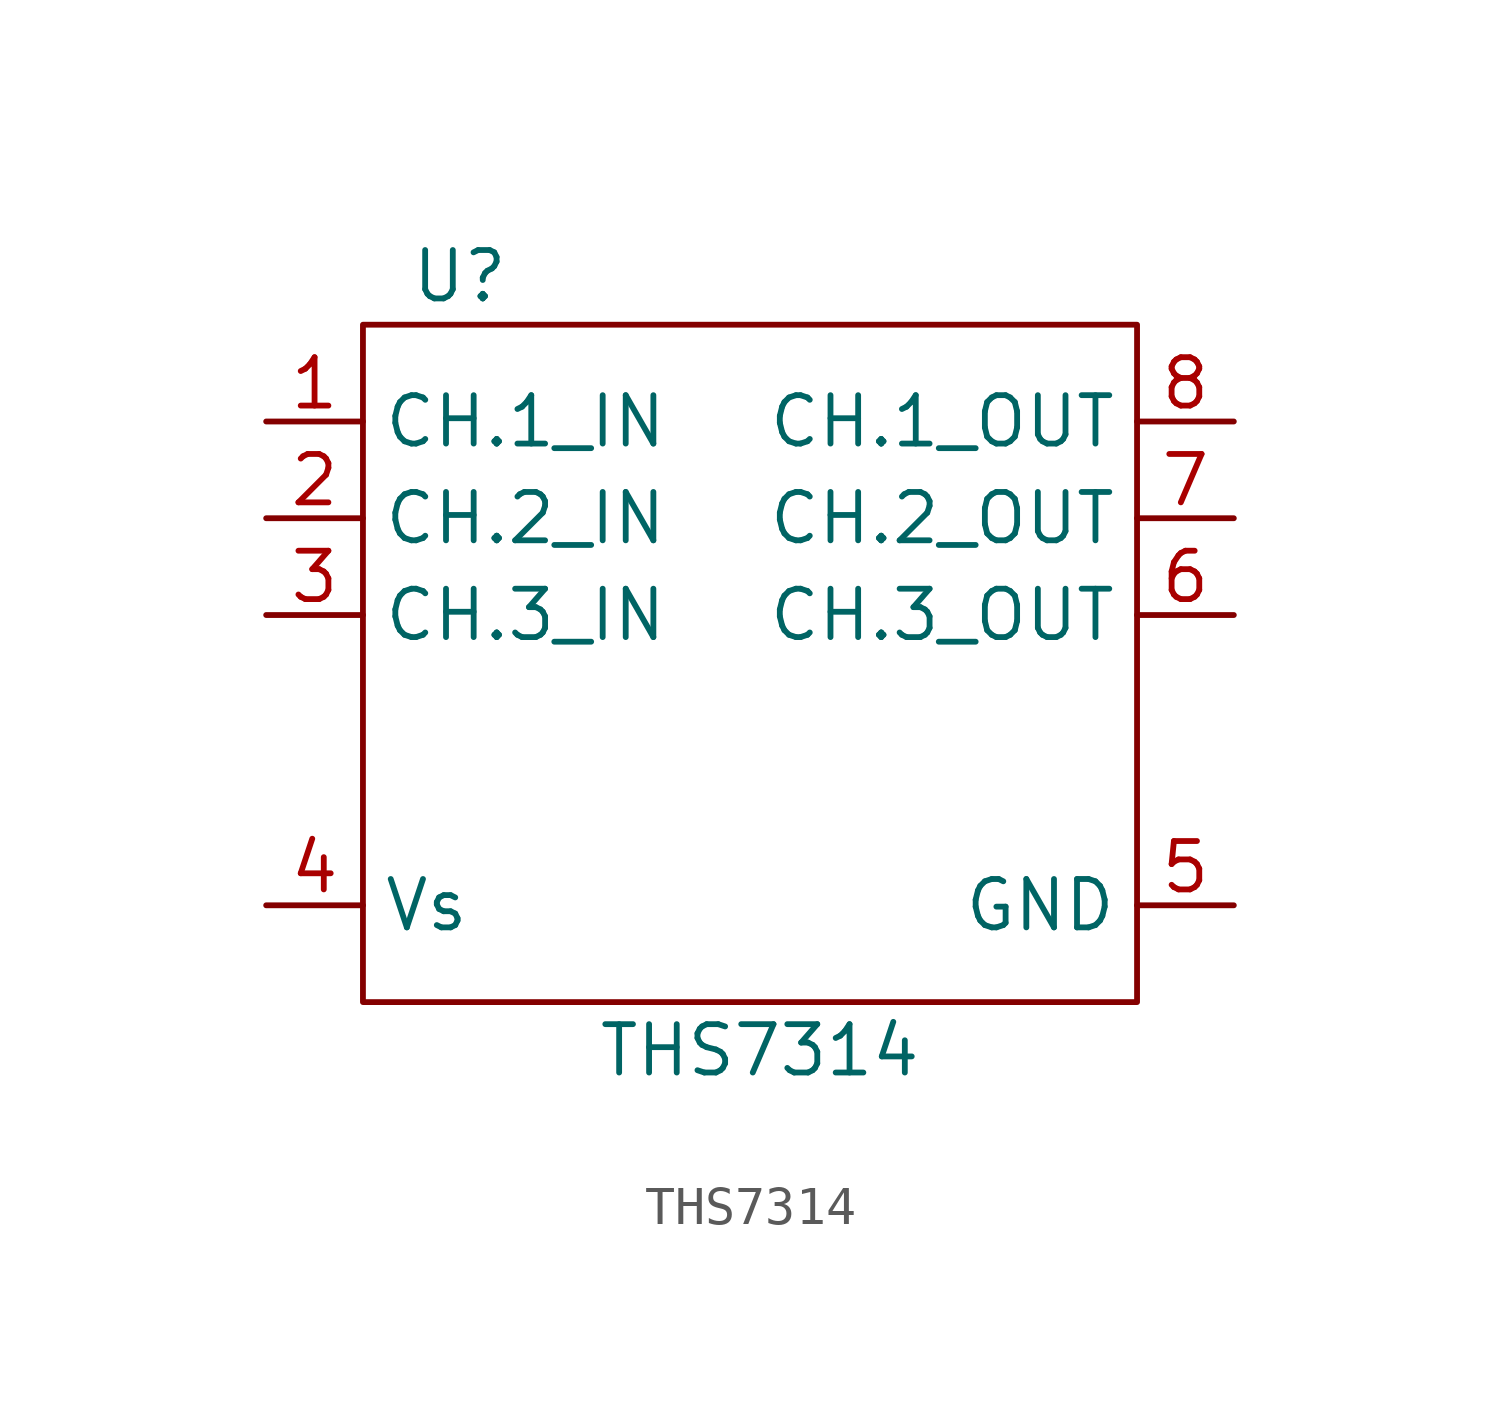
<source format=kicad_sym>
(kicad_symbol_lib
  (version 20241209)
  (generator "kicad_symbol_editor")
  (generator_version "9.0")
  (symbol "THS7314"
    (property "Reference" "U"
      (at -7.62 10.16 0)
      (effects (font (size 1.27 1.27))))
    (property "Value" "THS7314"
      (at 0.254 -10.16 0)
      (effects (font (size 1.27 1.27))))
    (symbol "THS7314_0_1"
      (rectangle (start -10.16 8.89) (end 10.16 -8.89) (stroke (width 0) (type default)) (fill (type none))))
    (symbol "THS7314_1_1"
      (pin input line (at -12.7 6.35 0) (length 2.54) (name "CH.1_IN" (effects (font (size 1.27 1.27)))) (number "1" (effects (font (size 1.27 1.27)))))
      (pin input line (at -12.7 3.81 0) (length 2.54) (name "CH.2_IN" (effects (font (size 1.27 1.27)))) (number "2" (effects (font (size 1.27 1.27)))))
      (pin input line (at -12.7 1.27 0) (length 2.54) (name "CH.3_IN" (effects (font (size 1.27 1.27)))) (number "3" (effects (font (size 1.27 1.27)))))
      (pin input line (at -12.7 -6.35 0) (length 2.54) (name "Vs" (effects (font (size 1.27 1.27)))) (number "4" (effects (font (size 1.27 1.27)))))
      (pin output line (at 12.7 6.35 180) (length 2.54) (name "CH.1_OUT" (effects (font (size 1.27 1.27)))) (number "8" (effects (font (size 1.27 1.27)))))
      (pin output line (at 12.7 3.81 180) (length 2.54) (name "CH.2_OUT" (effects (font (size 1.27 1.27)))) (number "7" (effects (font (size 1.27 1.27)))))
      (pin output line (at 12.7 1.27 180) (length 2.54) (name "CH.3_OUT" (effects (font (size 1.27 1.27)))) (number "6" (effects (font (size 1.27 1.27)))))
      (pin input line (at 12.7 -6.35 180) (length 2.54) (name "GND" (effects (font (size 1.27 1.27)))) (number "5" (effects (font (size 1.27 1.27))))))))
</source>
